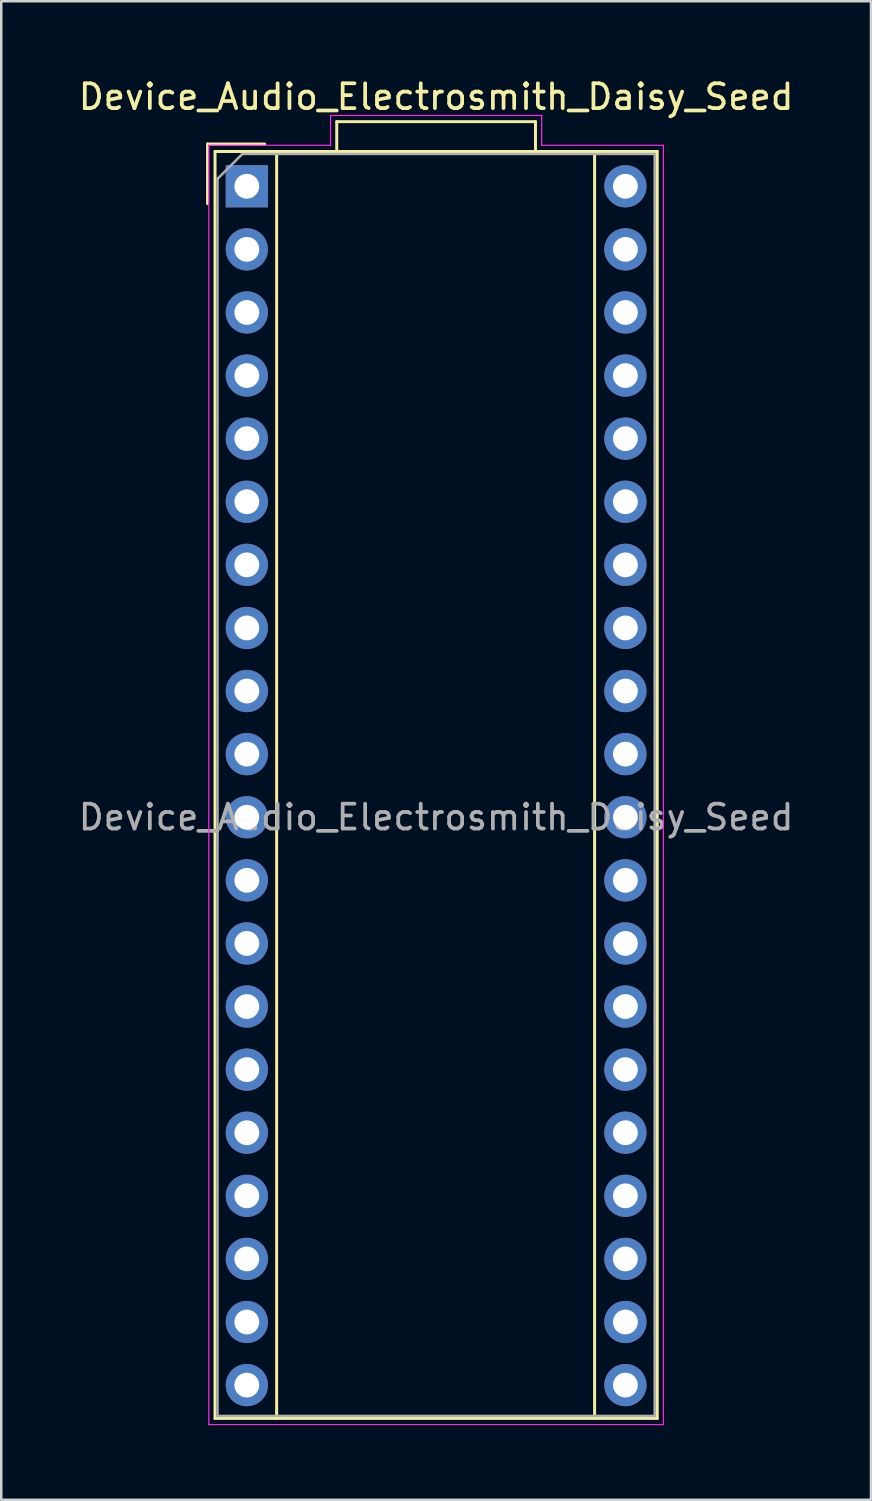
<source format=kicad_pcb>
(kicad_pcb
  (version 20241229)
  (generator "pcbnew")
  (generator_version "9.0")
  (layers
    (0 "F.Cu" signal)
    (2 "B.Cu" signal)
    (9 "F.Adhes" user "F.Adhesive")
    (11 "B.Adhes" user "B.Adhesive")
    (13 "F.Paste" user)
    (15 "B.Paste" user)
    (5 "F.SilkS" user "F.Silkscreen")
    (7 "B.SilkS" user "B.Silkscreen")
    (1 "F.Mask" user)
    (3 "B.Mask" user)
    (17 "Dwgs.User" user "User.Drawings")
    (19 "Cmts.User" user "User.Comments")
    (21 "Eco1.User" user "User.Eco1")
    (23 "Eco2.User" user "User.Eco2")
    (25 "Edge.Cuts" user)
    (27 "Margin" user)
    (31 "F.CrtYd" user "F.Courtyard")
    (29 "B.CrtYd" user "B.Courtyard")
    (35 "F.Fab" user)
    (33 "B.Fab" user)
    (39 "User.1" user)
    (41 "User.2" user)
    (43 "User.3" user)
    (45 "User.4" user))
  (footprint "Device_Audio_Electrosmith_Daisy_Seed"
    (layer "F.Cu")
    (at 6.886 4.448)
    (property "Reference" "Device_Audio_Electrosmith_Daisy_Seed" (at 7.62 -3.6 0) (layer "F.SilkS") (effects (font (size 1 1) (thickness 0.15))))
    (attr through_hole)
    (fp_line (start -1.58 -1.7) (end -1.58 0.7) (stroke (width 0.12) (type solid)) (layer "F.SilkS"))
    (fp_line (start -1.28 -1.4) (end 16.52 -1.4) (stroke (width 0.12) (type solid)) (layer "F.SilkS"))
    (fp_line (start -1.28 49.6) (end -1.28 -1.4) (stroke (width 0.12) (type solid)) (layer "F.SilkS"))
    (fp_line (start 0.72 -1.7) (end -1.58 -1.7) (stroke (width 0.12) (type solid)) (layer "F.SilkS"))
    (fp_line (start 1.2 -1.4) (end 1.2 49.6) (stroke (width 0.12) (type solid)) (layer "F.SilkS"))
    (fp_line (start 3.62 -2.6) (end 11.62 -2.6) (stroke (width 0.12) (type solid)) (layer "F.SilkS"))
    (fp_line (start 3.62 -1.4) (end 3.62 -2.6) (stroke (width 0.12) (type solid)) (layer "F.SilkS"))
    (fp_line (start 11.62 -2.6) (end 11.62 -1.4) (stroke (width 0.12) (type solid)) (layer "F.SilkS"))
    (fp_line (start 14 -1.4) (end 14 49.6) (stroke (width 0.12) (type solid)) (layer "F.SilkS"))
    (fp_line (start 16.52 -1.4) (end 16.52 49.6) (stroke (width 0.12) (type solid)) (layer "F.SilkS"))
    (fp_line (start 16.52 49.6) (end -1.28 49.6) (stroke (width 0.12) (type solid)) (layer "F.SilkS"))
    (fp_line (start -1.53 -1.65) (end 3.37 -1.65) (stroke (width 0.05) (type solid)) (layer "F.CrtYd"))
    (fp_line (start -1.53 49.85) (end -1.53 -1.65) (stroke (width 0.05) (type solid)) (layer "F.CrtYd"))
    (fp_line (start 3.37 -2.85) (end 11.87 -2.85) (stroke (width 0.05) (type solid)) (layer "F.CrtYd"))
    (fp_line (start 3.37 -1.65) (end 3.37 -2.85) (stroke (width 0.05) (type solid)) (layer "F.CrtYd"))
    (fp_line (start 11.87 -2.85) (end 11.87 -1.65) (stroke (width 0.05) (type solid)) (layer "F.CrtYd"))
    (fp_line (start 11.87 -1.65) (end 16.77 -1.65) (stroke (width 0.05) (type solid)) (layer "F.CrtYd"))
    (fp_line (start 16.77 -1.65) (end 16.77 49.85) (stroke (width 0.05) (type solid)) (layer "F.CrtYd"))
    (fp_line (start 16.77 49.85) (end -1.53 49.85) (stroke (width 0.05) (type solid)) (layer "F.CrtYd"))
    (fp_line (start -1.18 -0.3) (end -1.18 49.5) (stroke (width 0.1) (type solid)) (layer "F.Fab"))
    (fp_line (start -1.18 49.5) (end 16.42 49.5) (stroke (width 0.1) (type solid)) (layer "F.Fab"))
    (fp_line (start -0.18 -1.3) (end -1.18 -0.3) (stroke (width 0.1) (type solid)) (layer "F.Fab"))
    (fp_line (start 16.42 -1.3) (end -0.18 -1.3) (stroke (width 0.1) (type solid)) (layer "F.Fab"))
    (fp_line (start 16.42 49.5) (end 16.42 -1.3) (stroke (width 0.1) (type solid)) (layer "F.Fab"))
    (fp_text user "${REFERENCE}" (at 7.62 25.4 0) (layer "F.Fab") (effects (font (size 1 1) (thickness 0.15))))
    (pad "1" thru_hole rect (at 0 0) (size 1.7 1.7) (drill 1) (layers "*.Cu" "*.Mask"))
    (pad "2" thru_hole circle (at 0 2.54) (size 1.7 1.7) (drill 1) (layers "*.Cu" "*.Mask"))
    (pad "3" thru_hole circle (at 0 5.08) (size 1.7 1.7) (drill 1) (layers "*.Cu" "*.Mask"))
    (pad "4" thru_hole circle (at 0 7.62) (size 1.7 1.7) (drill 1) (layers "*.Cu" "*.Mask"))
    (pad "5" thru_hole circle (at 0 10.16) (size 1.7 1.7) (drill 1) (layers "*.Cu" "*.Mask"))
    (pad "6" thru_hole circle (at 0 12.7) (size 1.7 1.7) (drill 1) (layers "*.Cu" "*.Mask"))
    (pad "7" thru_hole circle (at 0 15.24) (size 1.7 1.7) (drill 1) (layers "*.Cu" "*.Mask"))
    (pad "8" thru_hole circle (at 0 17.78) (size 1.7 1.7) (drill 1) (layers "*.Cu" "*.Mask"))
    (pad "9" thru_hole circle (at 0 20.32) (size 1.7 1.7) (drill 1) (layers "*.Cu" "*.Mask"))
    (pad "10" thru_hole circle (at 0 22.86) (size 1.7 1.7) (drill 1) (layers "*.Cu" "*.Mask"))
    (pad "11" thru_hole circle (at 0 25.4) (size 1.7 1.7) (drill 1) (layers "*.Cu" "*.Mask"))
    (pad "12" thru_hole circle (at 0 27.94) (size 1.7 1.7) (drill 1) (layers "*.Cu" "*.Mask"))
    (pad "13" thru_hole circle (at 0 30.48) (size 1.7 1.7) (drill 1) (layers "*.Cu" "*.Mask"))
    (pad "14" thru_hole circle (at 0 33.02) (size 1.7 1.7) (drill 1) (layers "*.Cu" "*.Mask"))
    (pad "15" thru_hole circle (at 0 35.56) (size 1.7 1.7) (drill 1) (layers "*.Cu" "*.Mask"))
    (pad "16" thru_hole circle (at 0 38.1) (size 1.7 1.7) (drill 1) (layers "*.Cu" "*.Mask"))
    (pad "17" thru_hole circle (at 0 40.64) (size 1.7 1.7) (drill 1) (layers "*.Cu" "*.Mask"))
    (pad "18" thru_hole circle (at 0 43.18) (size 1.7 1.7) (drill 1) (layers "*.Cu" "*.Mask"))
    (pad "19" thru_hole circle (at 0 45.72) (size 1.7 1.7) (drill 1) (layers "*.Cu" "*.Mask"))
    (pad "20" thru_hole circle (at 0 48.26) (size 1.7 1.7) (drill 1) (layers "*.Cu" "*.Mask"))
    (pad "21" thru_hole circle (at 15.24 48.26) (size 1.7 1.7) (drill 1) (layers "*.Cu" "*.Mask"))
    (pad "22" thru_hole circle (at 15.24 45.72) (size 1.7 1.7) (drill 1) (layers "*.Cu" "*.Mask"))
    (pad "23" thru_hole circle (at 15.24 43.18) (size 1.7 1.7) (drill 1) (layers "*.Cu" "*.Mask"))
    (pad "24" thru_hole circle (at 15.24 40.64) (size 1.7 1.7) (drill 1) (layers "*.Cu" "*.Mask"))
    (pad "25" thru_hole circle (at 15.24 38.1) (size 1.7 1.7) (drill 1) (layers "*.Cu" "*.Mask"))
    (pad "26" thru_hole circle (at 15.24 35.56) (size 1.7 1.7) (drill 1) (layers "*.Cu" "*.Mask"))
    (pad "27" thru_hole circle (at 15.24 33.02) (size 1.7 1.7) (drill 1) (layers "*.Cu" "*.Mask"))
    (pad "28" thru_hole circle (at 15.24 30.48) (size 1.7 1.7) (drill 1) (layers "*.Cu" "*.Mask"))
    (pad "29" thru_hole circle (at 15.24 27.94) (size 1.7 1.7) (drill 1) (layers "*.Cu" "*.Mask"))
    (pad "30" thru_hole circle (at 15.24 25.4) (size 1.7 1.7) (drill 1) (layers "*.Cu" "*.Mask"))
    (pad "31" thru_hole circle (at 15.24 22.86) (size 1.7 1.7) (drill 1) (layers "*.Cu" "*.Mask"))
    (pad "32" thru_hole circle (at 15.24 20.32) (size 1.7 1.7) (drill 1) (layers "*.Cu" "*.Mask"))
    (pad "33" thru_hole circle (at 15.24 17.78) (size 1.7 1.7) (drill 1) (layers "*.Cu" "*.Mask"))
    (pad "34" thru_hole circle (at 15.24 15.24) (size 1.7 1.7) (drill 1) (layers "*.Cu" "*.Mask"))
    (pad "35" thru_hole circle (at 15.24 12.7) (size 1.7 1.7) (drill 1) (layers "*.Cu" "*.Mask"))
    (pad "36" thru_hole circle (at 15.24 10.16) (size 1.7 1.7) (drill 1) (layers "*.Cu" "*.Mask"))
    (pad "37" thru_hole circle (at 15.24 7.62) (size 1.7 1.7) (drill 1) (layers "*.Cu" "*.Mask"))
    (pad "38" thru_hole circle (at 15.24 5.08) (size 1.7 1.7) (drill 1) (layers "*.Cu" "*.Mask"))
    (pad "39" thru_hole circle (at 15.24 2.54) (size 1.7 1.7) (drill 1) (layers "*.Cu" "*.Mask"))
    (pad "40" thru_hole circle (at 15.24 0) (size 1.7 1.7) (drill 1) (layers "*.Cu" "*.Mask")))
  (gr_rect
    (start -3 -3)
    (end 32.012 57.323)
    (stroke (width 0.1) (type default))
    (fill no)
    (layer "Edge.Cuts")))
</source>
